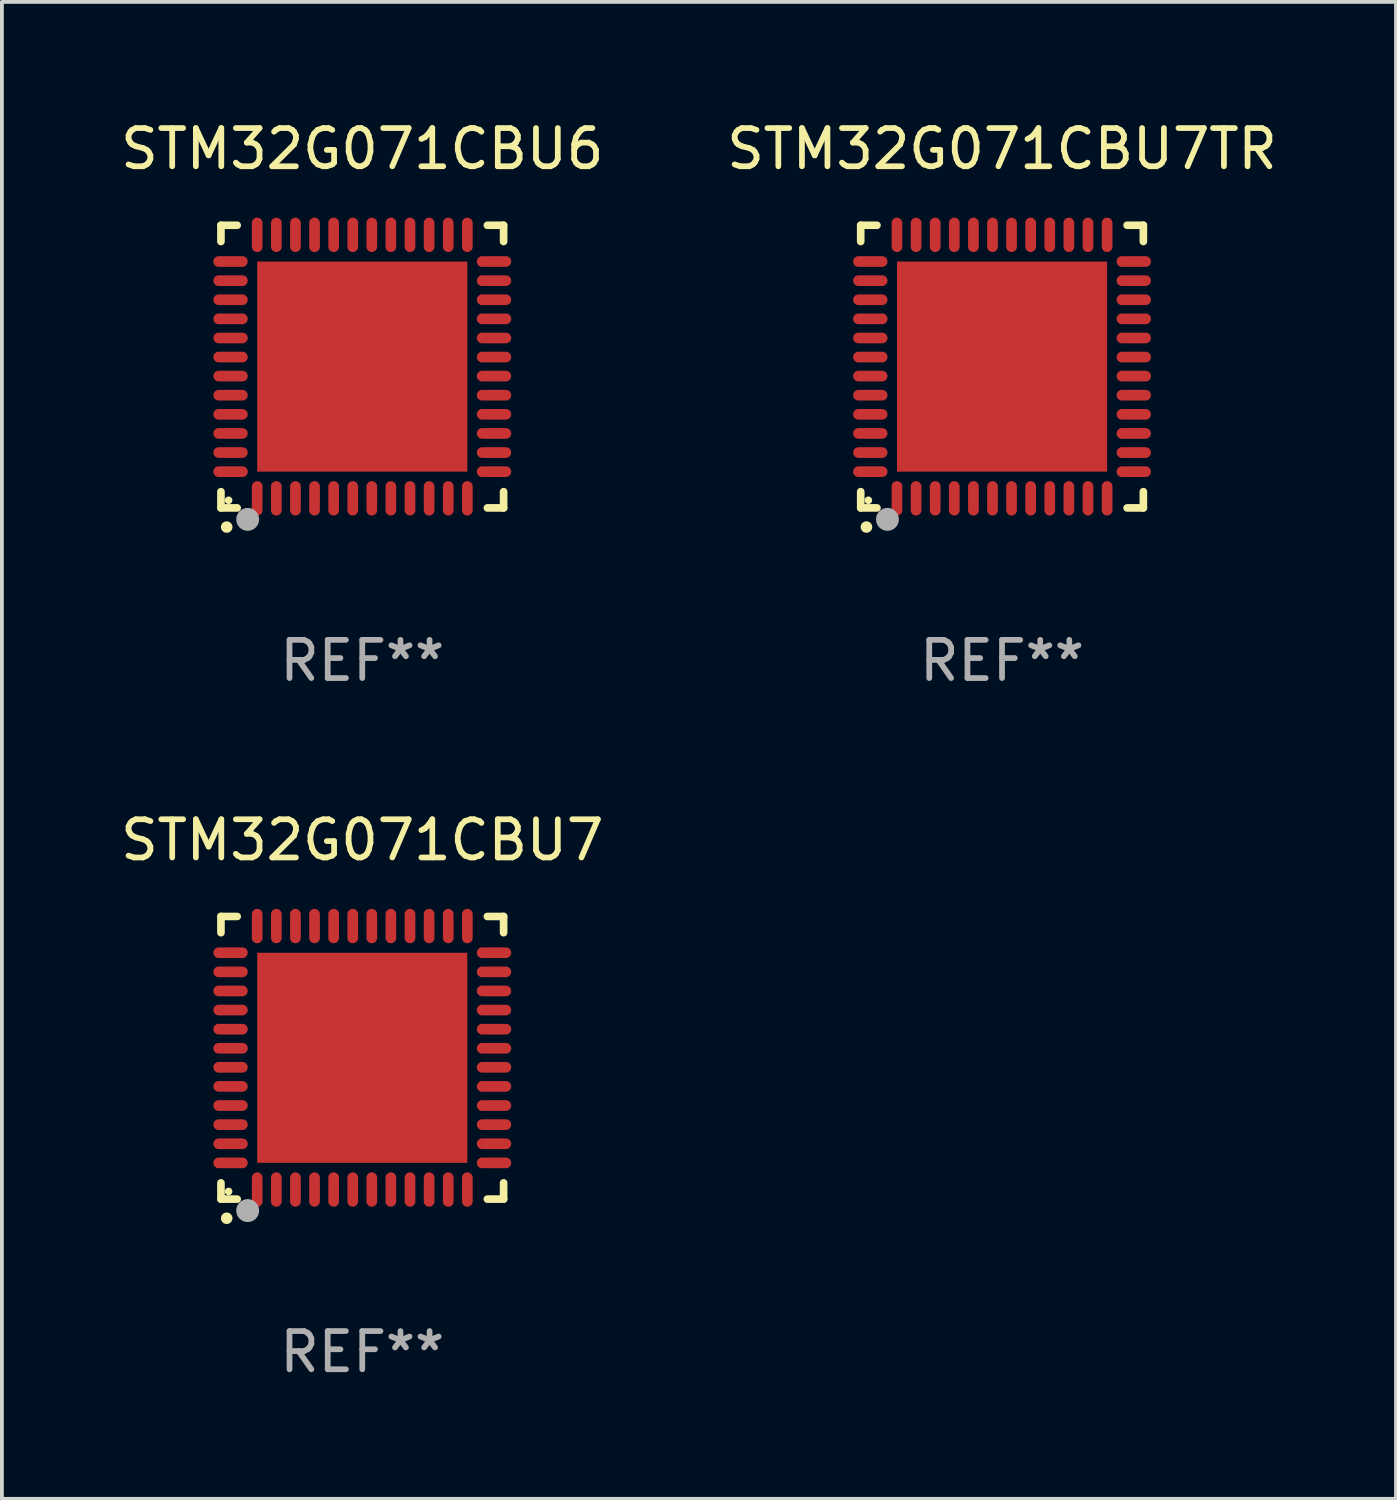
<source format=kicad_pcb>
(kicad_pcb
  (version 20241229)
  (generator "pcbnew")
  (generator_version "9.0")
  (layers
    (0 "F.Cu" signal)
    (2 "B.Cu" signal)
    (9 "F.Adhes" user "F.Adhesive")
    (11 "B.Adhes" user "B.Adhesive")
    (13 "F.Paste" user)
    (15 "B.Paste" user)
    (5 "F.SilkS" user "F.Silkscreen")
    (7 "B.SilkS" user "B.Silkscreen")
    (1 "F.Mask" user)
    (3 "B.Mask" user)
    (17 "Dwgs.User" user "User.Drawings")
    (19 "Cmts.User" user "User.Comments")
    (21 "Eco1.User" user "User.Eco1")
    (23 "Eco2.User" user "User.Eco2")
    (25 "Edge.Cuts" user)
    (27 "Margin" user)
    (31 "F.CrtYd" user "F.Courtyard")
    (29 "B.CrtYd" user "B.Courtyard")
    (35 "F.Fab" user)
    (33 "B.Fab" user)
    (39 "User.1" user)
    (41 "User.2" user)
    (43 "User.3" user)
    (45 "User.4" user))
  (footprint "STM32G071CBU6"
    (layer "F.Cu")
    (at 6.435 6.548)
    (property "Reference" "STM32G071CBU6" (at 0 -5.7 0) (layer "F.SilkS") (effects (font (size 1 1) (thickness 0.15))))
    (attr through_hole)
    (fp_line (start -3.7 -3.7) (end -3.275 -3.7) (stroke (width 0.2) (type solid)) (layer "F.SilkS"))
    (fp_line (start -3.7 -3.275) (end -3.7 -3.7) (stroke (width 0.2) (type solid)) (layer "F.SilkS"))
    (fp_line (start -3.7 3.7) (end -3.7 3.275) (stroke (width 0.2) (type solid)) (layer "F.SilkS"))
    (fp_line (start -3.275 3.7) (end -3.7 3.7) (stroke (width 0.2) (type solid)) (layer "F.SilkS"))
    (fp_line (start 3.7 -3.7) (end 3.275 -3.7) (stroke (width 0.2) (type solid)) (layer "F.SilkS"))
    (fp_line (start 3.7 -3.275) (end 3.7 -3.7) (stroke (width 0.2) (type solid)) (layer "F.SilkS"))
    (fp_line (start 3.7 3.275) (end 3.7 3.7) (stroke (width 0.2) (type solid)) (layer "F.SilkS"))
    (fp_line (start 3.7 3.7) (end 3.275 3.7) (stroke (width 0.2) (type solid)) (layer "F.SilkS"))
    (fp_arc (start -3.550927 4.201168) (mid -3.549657 4.201163) (end -3.548387 4.201168) (stroke (width 0.3) (type solid)) (layer "F.SilkS"))
    (fp_circle (center -3.5 3.5) (end -3.45 3.5) (stroke (width 0.1) (type solid)) (fill no) (layer "F.SilkS"))
    (fp_circle (center -3 4) (end -2.85 4) (stroke (width 0.3) (type solid)) (fill no) (layer "F.Fab"))
    (fp_text user "REF**" (at 0 7.7 0) (layer "F.Fab") (effects (font (size 1 1) (thickness 0.15))))
    (pad "1" smd oval (at -2.751 3.449) (size 0.28 0.9) (layers "F.Cu" "F.Mask" "F.Paste"))
    (pad "2" smd oval (at -2.25 3.449) (size 0.28 0.9) (layers "F.Cu" "F.Mask" "F.Paste"))
    (pad "3" smd oval (at -1.75 3.449) (size 0.28 0.9) (layers "F.Cu" "F.Mask" "F.Paste"))
    (pad "4" smd oval (at -1.25 3.449) (size 0.28 0.9) (layers "F.Cu" "F.Mask" "F.Paste"))
    (pad "5" smd oval (at -0.749 3.449) (size 0.28 0.9) (layers "F.Cu" "F.Mask" "F.Paste"))
    (pad "6" smd oval (at -0.249 3.449) (size 0.28 0.9) (layers "F.Cu" "F.Mask" "F.Paste"))
    (pad "7" smd oval (at 0.249 3.449) (size 0.28 0.9) (layers "F.Cu" "F.Mask" "F.Paste"))
    (pad "8" smd oval (at 0.749 3.449) (size 0.28 0.9) (layers "F.Cu" "F.Mask" "F.Paste"))
    (pad "9" smd oval (at 1.25 3.449) (size 0.28 0.9) (layers "F.Cu" "F.Mask" "F.Paste"))
    (pad "10" smd oval (at 1.75 3.449) (size 0.28 0.9) (layers "F.Cu" "F.Mask" "F.Paste"))
    (pad "11" smd oval (at 2.251 3.449) (size 0.28 0.9) (layers "F.Cu" "F.Mask" "F.Paste"))
    (pad "12" smd oval (at 2.751 3.449) (size 0.28 0.9) (layers "F.Cu" "F.Mask" "F.Paste"))
    (pad "13" smd oval (at 3.449 2.751) (size 0.9 0.28) (layers "F.Cu" "F.Mask" "F.Paste"))
    (pad "14" smd oval (at 3.449 2.251) (size 0.9 0.28) (layers "F.Cu" "F.Mask" "F.Paste"))
    (pad "15" smd oval (at 3.449 1.75) (size 0.9 0.28) (layers "F.Cu" "F.Mask" "F.Paste"))
    (pad "16" smd oval (at 3.449 1.25) (size 0.9 0.28) (layers "F.Cu" "F.Mask" "F.Paste"))
    (pad "17" smd oval (at 3.449 0.749) (size 0.9 0.28) (layers "F.Cu" "F.Mask" "F.Paste"))
    (pad "18" smd oval (at 3.449 0.249) (size 0.9 0.28) (layers "F.Cu" "F.Mask" "F.Paste"))
    (pad "19" smd oval (at 3.449 -0.249) (size 0.9 0.28) (layers "F.Cu" "F.Mask" "F.Paste"))
    (pad "20" smd oval (at 3.449 -0.749) (size 0.9 0.28) (layers "F.Cu" "F.Mask" "F.Paste"))
    (pad "21" smd oval (at 3.449 -1.25) (size 0.9 0.28) (layers "F.Cu" "F.Mask" "F.Paste"))
    (pad "22" smd oval (at 3.449 -1.75) (size 0.9 0.28) (layers "F.Cu" "F.Mask" "F.Paste"))
    (pad "23" smd oval (at 3.449 -2.25) (size 0.9 0.28) (layers "F.Cu" "F.Mask" "F.Paste"))
    (pad "24" smd oval (at 3.449 -2.751) (size 0.9 0.28) (layers "F.Cu" "F.Mask" "F.Paste"))
    (pad "25" smd oval (at 2.751 -3.449) (size 0.28 0.9) (layers "F.Cu" "F.Mask" "F.Paste"))
    (pad "26" smd oval (at 2.251 -3.449) (size 0.28 0.9) (layers "F.Cu" "F.Mask" "F.Paste"))
    (pad "27" smd oval (at 1.75 -3.449) (size 0.28 0.9) (layers "F.Cu" "F.Mask" "F.Paste"))
    (pad "28" smd oval (at 1.25 -3.449) (size 0.28 0.9) (layers "F.Cu" "F.Mask" "F.Paste"))
    (pad "29" smd oval (at 0.749 -3.449) (size 0.28 0.9) (layers "F.Cu" "F.Mask" "F.Paste"))
    (pad "30" smd oval (at 0.249 -3.449) (size 0.28 0.9) (layers "F.Cu" "F.Mask" "F.Paste"))
    (pad "31" smd oval (at -0.249 -3.449) (size 0.28 0.9) (layers "F.Cu" "F.Mask" "F.Paste"))
    (pad "32" smd oval (at -0.749 -3.449) (size 0.28 0.9) (layers "F.Cu" "F.Mask" "F.Paste"))
    (pad "33" smd oval (at -1.25 -3.449) (size 0.28 0.9) (layers "F.Cu" "F.Mask" "F.Paste"))
    (pad "34" smd oval (at -1.75 -3.449) (size 0.28 0.9) (layers "F.Cu" "F.Mask" "F.Paste"))
    (pad "35" smd oval (at -2.25 -3.449) (size 0.28 0.9) (layers "F.Cu" "F.Mask" "F.Paste"))
    (pad "36" smd oval (at -2.751 -3.449) (size 0.28 0.9) (layers "F.Cu" "F.Mask" "F.Paste"))
    (pad "37" smd oval (at -3.449 -2.751) (size 0.9 0.28) (layers "F.Cu" "F.Mask" "F.Paste"))
    (pad "38" smd oval (at -3.449 -2.25) (size 0.9 0.28) (layers "F.Cu" "F.Mask" "F.Paste"))
    (pad "39" smd oval (at -3.449 -1.75) (size 0.9 0.28) (layers "F.Cu" "F.Mask" "F.Paste"))
    (pad "40" smd oval (at -3.449 -1.25) (size 0.9 0.28) (layers "F.Cu" "F.Mask" "F.Paste"))
    (pad "41" smd oval (at -3.449 -0.749) (size 0.9 0.28) (layers "F.Cu" "F.Mask" "F.Paste"))
    (pad "42" smd oval (at -3.449 -0.249) (size 0.9 0.28) (layers "F.Cu" "F.Mask" "F.Paste"))
    (pad "43" smd oval (at -3.449 0.249) (size 0.9 0.28) (layers "F.Cu" "F.Mask" "F.Paste"))
    (pad "44" smd oval (at -3.449 0.749) (size 0.9 0.28) (layers "F.Cu" "F.Mask" "F.Paste"))
    (pad "45" smd oval (at -3.449 1.25) (size 0.9 0.28) (layers "F.Cu" "F.Mask" "F.Paste"))
    (pad "46" smd oval (at -3.449 1.75) (size 0.9 0.28) (layers "F.Cu" "F.Mask" "F.Paste"))
    (pad "47" smd oval (at -3.449 2.251) (size 0.9 0.28) (layers "F.Cu" "F.Mask" "F.Paste"))
    (pad "48" smd oval (at -3.449 2.751) (size 0.9 0.28) (layers "F.Cu" "F.Mask" "F.Paste"))
    (pad "49" smd rect (at 0.000076 0.000076) (size 5.5 5.5) (layers "F.Cu" "F.Mask" "F.Paste")))
  (footprint "STM32G071CBU7"
    (layer "F.Cu")
    (at 6.435 24.645)
    (property "Reference" "STM32G071CBU7" (at 0 -5.7 0) (layer "F.SilkS") (effects (font (size 1 1) (thickness 0.15))))
    (attr through_hole)
    (fp_line (start -3.7 -3.7) (end -3.275 -3.7) (stroke (width 0.2) (type solid)) (layer "F.SilkS"))
    (fp_line (start -3.7 -3.275) (end -3.7 -3.7) (stroke (width 0.2) (type solid)) (layer "F.SilkS"))
    (fp_line (start -3.7 3.7) (end -3.7 3.275) (stroke (width 0.2) (type solid)) (layer "F.SilkS"))
    (fp_line (start -3.275 3.7) (end -3.7 3.7) (stroke (width 0.2) (type solid)) (layer "F.SilkS"))
    (fp_line (start 3.7 -3.7) (end 3.275 -3.7) (stroke (width 0.2) (type solid)) (layer "F.SilkS"))
    (fp_line (start 3.7 -3.275) (end 3.7 -3.7) (stroke (width 0.2) (type solid)) (layer "F.SilkS"))
    (fp_line (start 3.7 3.275) (end 3.7 3.7) (stroke (width 0.2) (type solid)) (layer "F.SilkS"))
    (fp_line (start 3.7 3.7) (end 3.275 3.7) (stroke (width 0.2) (type solid)) (layer "F.SilkS"))
    (fp_arc (start -3.550927 4.201168) (mid -3.549657 4.201163) (end -3.548387 4.201168) (stroke (width 0.3) (type solid)) (layer "F.SilkS"))
    (fp_circle (center -3.5 3.5) (end -3.45 3.5) (stroke (width 0.1) (type solid)) (fill no) (layer "F.SilkS"))
    (fp_circle (center -3 4) (end -2.85 4) (stroke (width 0.3) (type solid)) (fill no) (layer "F.Fab"))
    (fp_text user "REF**" (at 0 7.7 0) (layer "F.Fab") (effects (font (size 1 1) (thickness 0.15))))
    (pad "1" smd oval (at -2.751 3.449) (size 0.28 0.9) (layers "F.Cu" "F.Mask" "F.Paste"))
    (pad "2" smd oval (at -2.25 3.449) (size 0.28 0.9) (layers "F.Cu" "F.Mask" "F.Paste"))
    (pad "3" smd oval (at -1.75 3.449) (size 0.28 0.9) (layers "F.Cu" "F.Mask" "F.Paste"))
    (pad "4" smd oval (at -1.25 3.449) (size 0.28 0.9) (layers "F.Cu" "F.Mask" "F.Paste"))
    (pad "5" smd oval (at -0.749 3.449) (size 0.28 0.9) (layers "F.Cu" "F.Mask" "F.Paste"))
    (pad "6" smd oval (at -0.249 3.449) (size 0.28 0.9) (layers "F.Cu" "F.Mask" "F.Paste"))
    (pad "7" smd oval (at 0.249 3.449) (size 0.28 0.9) (layers "F.Cu" "F.Mask" "F.Paste"))
    (pad "8" smd oval (at 0.749 3.449) (size 0.28 0.9) (layers "F.Cu" "F.Mask" "F.Paste"))
    (pad "9" smd oval (at 1.25 3.449) (size 0.28 0.9) (layers "F.Cu" "F.Mask" "F.Paste"))
    (pad "10" smd oval (at 1.75 3.449) (size 0.28 0.9) (layers "F.Cu" "F.Mask" "F.Paste"))
    (pad "11" smd oval (at 2.251 3.449) (size 0.28 0.9) (layers "F.Cu" "F.Mask" "F.Paste"))
    (pad "12" smd oval (at 2.751 3.449) (size 0.28 0.9) (layers "F.Cu" "F.Mask" "F.Paste"))
    (pad "13" smd oval (at 3.449 2.751) (size 0.9 0.28) (layers "F.Cu" "F.Mask" "F.Paste"))
    (pad "14" smd oval (at 3.449 2.251) (size 0.9 0.28) (layers "F.Cu" "F.Mask" "F.Paste"))
    (pad "15" smd oval (at 3.449 1.75) (size 0.9 0.28) (layers "F.Cu" "F.Mask" "F.Paste"))
    (pad "16" smd oval (at 3.449 1.25) (size 0.9 0.28) (layers "F.Cu" "F.Mask" "F.Paste"))
    (pad "17" smd oval (at 3.449 0.749) (size 0.9 0.28) (layers "F.Cu" "F.Mask" "F.Paste"))
    (pad "18" smd oval (at 3.449 0.249) (size 0.9 0.28) (layers "F.Cu" "F.Mask" "F.Paste"))
    (pad "19" smd oval (at 3.449 -0.249) (size 0.9 0.28) (layers "F.Cu" "F.Mask" "F.Paste"))
    (pad "20" smd oval (at 3.449 -0.749) (size 0.9 0.28) (layers "F.Cu" "F.Mask" "F.Paste"))
    (pad "21" smd oval (at 3.449 -1.25) (size 0.9 0.28) (layers "F.Cu" "F.Mask" "F.Paste"))
    (pad "22" smd oval (at 3.449 -1.75) (size 0.9 0.28) (layers "F.Cu" "F.Mask" "F.Paste"))
    (pad "23" smd oval (at 3.449 -2.25) (size 0.9 0.28) (layers "F.Cu" "F.Mask" "F.Paste"))
    (pad "24" smd oval (at 3.449 -2.751) (size 0.9 0.28) (layers "F.Cu" "F.Mask" "F.Paste"))
    (pad "25" smd oval (at 2.751 -3.449) (size 0.28 0.9) (layers "F.Cu" "F.Mask" "F.Paste"))
    (pad "26" smd oval (at 2.251 -3.449) (size 0.28 0.9) (layers "F.Cu" "F.Mask" "F.Paste"))
    (pad "27" smd oval (at 1.75 -3.449) (size 0.28 0.9) (layers "F.Cu" "F.Mask" "F.Paste"))
    (pad "28" smd oval (at 1.25 -3.449) (size 0.28 0.9) (layers "F.Cu" "F.Mask" "F.Paste"))
    (pad "29" smd oval (at 0.749 -3.449) (size 0.28 0.9) (layers "F.Cu" "F.Mask" "F.Paste"))
    (pad "30" smd oval (at 0.249 -3.449) (size 0.28 0.9) (layers "F.Cu" "F.Mask" "F.Paste"))
    (pad "31" smd oval (at -0.249 -3.449) (size 0.28 0.9) (layers "F.Cu" "F.Mask" "F.Paste"))
    (pad "32" smd oval (at -0.749 -3.449) (size 0.28 0.9) (layers "F.Cu" "F.Mask" "F.Paste"))
    (pad "33" smd oval (at -1.25 -3.449) (size 0.28 0.9) (layers "F.Cu" "F.Mask" "F.Paste"))
    (pad "34" smd oval (at -1.75 -3.449) (size 0.28 0.9) (layers "F.Cu" "F.Mask" "F.Paste"))
    (pad "35" smd oval (at -2.25 -3.449) (size 0.28 0.9) (layers "F.Cu" "F.Mask" "F.Paste"))
    (pad "36" smd oval (at -2.751 -3.449) (size 0.28 0.9) (layers "F.Cu" "F.Mask" "F.Paste"))
    (pad "37" smd oval (at -3.449 -2.751) (size 0.9 0.28) (layers "F.Cu" "F.Mask" "F.Paste"))
    (pad "38" smd oval (at -3.449 -2.25) (size 0.9 0.28) (layers "F.Cu" "F.Mask" "F.Paste"))
    (pad "39" smd oval (at -3.449 -1.75) (size 0.9 0.28) (layers "F.Cu" "F.Mask" "F.Paste"))
    (pad "40" smd oval (at -3.449 -1.25) (size 0.9 0.28) (layers "F.Cu" "F.Mask" "F.Paste"))
    (pad "41" smd oval (at -3.449 -0.749) (size 0.9 0.28) (layers "F.Cu" "F.Mask" "F.Paste"))
    (pad "42" smd oval (at -3.449 -0.249) (size 0.9 0.28) (layers "F.Cu" "F.Mask" "F.Paste"))
    (pad "43" smd oval (at -3.449 0.249) (size 0.9 0.28) (layers "F.Cu" "F.Mask" "F.Paste"))
    (pad "44" smd oval (at -3.449 0.749) (size 0.9 0.28) (layers "F.Cu" "F.Mask" "F.Paste"))
    (pad "45" smd oval (at -3.449 1.25) (size 0.9 0.28) (layers "F.Cu" "F.Mask" "F.Paste"))
    (pad "46" smd oval (at -3.449 1.75) (size 0.9 0.28) (layers "F.Cu" "F.Mask" "F.Paste"))
    (pad "47" smd oval (at -3.449 2.251) (size 0.9 0.28) (layers "F.Cu" "F.Mask" "F.Paste"))
    (pad "48" smd oval (at -3.449 2.751) (size 0.9 0.28) (layers "F.Cu" "F.Mask" "F.Paste"))
    (pad "49" smd rect (at 0.000076 0.000076) (size 5.5 5.5) (layers "F.Cu" "F.Mask" "F.Paste")))
  (footprint "STM32G071CBU7TR"
    (layer "F.Cu")
    (at 23.185 6.548)
    (property "Reference" "STM32G071CBU7TR" (at 0 -5.7 0) (layer "F.SilkS") (effects (font (size 1 1) (thickness 0.15))))
    (attr through_hole)
    (fp_line (start -3.7 -3.7) (end -3.275 -3.7) (stroke (width 0.2) (type solid)) (layer "F.SilkS"))
    (fp_line (start -3.7 -3.275) (end -3.7 -3.7) (stroke (width 0.2) (type solid)) (layer "F.SilkS"))
    (fp_line (start -3.7 3.7) (end -3.7 3.275) (stroke (width 0.2) (type solid)) (layer "F.SilkS"))
    (fp_line (start -3.275 3.7) (end -3.7 3.7) (stroke (width 0.2) (type solid)) (layer "F.SilkS"))
    (fp_line (start 3.7 -3.7) (end 3.275 -3.7) (stroke (width 0.2) (type solid)) (layer "F.SilkS"))
    (fp_line (start 3.7 -3.275) (end 3.7 -3.7) (stroke (width 0.2) (type solid)) (layer "F.SilkS"))
    (fp_line (start 3.7 3.275) (end 3.7 3.7) (stroke (width 0.2) (type solid)) (layer "F.SilkS"))
    (fp_line (start 3.7 3.7) (end 3.275 3.7) (stroke (width 0.2) (type solid)) (layer "F.SilkS"))
    (fp_arc (start -3.550927 4.201168) (mid -3.549657 4.201163) (end -3.548387 4.201168) (stroke (width 0.3) (type solid)) (layer "F.SilkS"))
    (fp_circle (center -3.5 3.5) (end -3.45 3.5) (stroke (width 0.1) (type solid)) (fill no) (layer "F.SilkS"))
    (fp_circle (center -3 4) (end -2.85 4) (stroke (width 0.3) (type solid)) (fill no) (layer "F.Fab"))
    (fp_text user "REF**" (at 0 7.7 0) (layer "F.Fab") (effects (font (size 1 1) (thickness 0.15))))
    (pad "1" smd oval (at -2.751 3.449) (size 0.28 0.9) (layers "F.Cu" "F.Mask" "F.Paste"))
    (pad "2" smd oval (at -2.25 3.449) (size 0.28 0.9) (layers "F.Cu" "F.Mask" "F.Paste"))
    (pad "3" smd oval (at -1.75 3.449) (size 0.28 0.9) (layers "F.Cu" "F.Mask" "F.Paste"))
    (pad "4" smd oval (at -1.25 3.449) (size 0.28 0.9) (layers "F.Cu" "F.Mask" "F.Paste"))
    (pad "5" smd oval (at -0.749 3.449) (size 0.28 0.9) (layers "F.Cu" "F.Mask" "F.Paste"))
    (pad "6" smd oval (at -0.249 3.449) (size 0.28 0.9) (layers "F.Cu" "F.Mask" "F.Paste"))
    (pad "7" smd oval (at 0.249 3.449) (size 0.28 0.9) (layers "F.Cu" "F.Mask" "F.Paste"))
    (pad "8" smd oval (at 0.749 3.449) (size 0.28 0.9) (layers "F.Cu" "F.Mask" "F.Paste"))
    (pad "9" smd oval (at 1.25 3.449) (size 0.28 0.9) (layers "F.Cu" "F.Mask" "F.Paste"))
    (pad "10" smd oval (at 1.75 3.449) (size 0.28 0.9) (layers "F.Cu" "F.Mask" "F.Paste"))
    (pad "11" smd oval (at 2.251 3.449) (size 0.28 0.9) (layers "F.Cu" "F.Mask" "F.Paste"))
    (pad "12" smd oval (at 2.751 3.449) (size 0.28 0.9) (layers "F.Cu" "F.Mask" "F.Paste"))
    (pad "13" smd oval (at 3.449 2.751) (size 0.9 0.28) (layers "F.Cu" "F.Mask" "F.Paste"))
    (pad "14" smd oval (at 3.449 2.251) (size 0.9 0.28) (layers "F.Cu" "F.Mask" "F.Paste"))
    (pad "15" smd oval (at 3.449 1.75) (size 0.9 0.28) (layers "F.Cu" "F.Mask" "F.Paste"))
    (pad "16" smd oval (at 3.449 1.25) (size 0.9 0.28) (layers "F.Cu" "F.Mask" "F.Paste"))
    (pad "17" smd oval (at 3.449 0.749) (size 0.9 0.28) (layers "F.Cu" "F.Mask" "F.Paste"))
    (pad "18" smd oval (at 3.449 0.249) (size 0.9 0.28) (layers "F.Cu" "F.Mask" "F.Paste"))
    (pad "19" smd oval (at 3.449 -0.249) (size 0.9 0.28) (layers "F.Cu" "F.Mask" "F.Paste"))
    (pad "20" smd oval (at 3.449 -0.749) (size 0.9 0.28) (layers "F.Cu" "F.Mask" "F.Paste"))
    (pad "21" smd oval (at 3.449 -1.25) (size 0.9 0.28) (layers "F.Cu" "F.Mask" "F.Paste"))
    (pad "22" smd oval (at 3.449 -1.75) (size 0.9 0.28) (layers "F.Cu" "F.Mask" "F.Paste"))
    (pad "23" smd oval (at 3.449 -2.25) (size 0.9 0.28) (layers "F.Cu" "F.Mask" "F.Paste"))
    (pad "24" smd oval (at 3.449 -2.751) (size 0.9 0.28) (layers "F.Cu" "F.Mask" "F.Paste"))
    (pad "25" smd oval (at 2.751 -3.449) (size 0.28 0.9) (layers "F.Cu" "F.Mask" "F.Paste"))
    (pad "26" smd oval (at 2.251 -3.449) (size 0.28 0.9) (layers "F.Cu" "F.Mask" "F.Paste"))
    (pad "27" smd oval (at 1.75 -3.449) (size 0.28 0.9) (layers "F.Cu" "F.Mask" "F.Paste"))
    (pad "28" smd oval (at 1.25 -3.449) (size 0.28 0.9) (layers "F.Cu" "F.Mask" "F.Paste"))
    (pad "29" smd oval (at 0.749 -3.449) (size 0.28 0.9) (layers "F.Cu" "F.Mask" "F.Paste"))
    (pad "30" smd oval (at 0.249 -3.449) (size 0.28 0.9) (layers "F.Cu" "F.Mask" "F.Paste"))
    (pad "31" smd oval (at -0.249 -3.449) (size 0.28 0.9) (layers "F.Cu" "F.Mask" "F.Paste"))
    (pad "32" smd oval (at -0.749 -3.449) (size 0.28 0.9) (layers "F.Cu" "F.Mask" "F.Paste"))
    (pad "33" smd oval (at -1.25 -3.449) (size 0.28 0.9) (layers "F.Cu" "F.Mask" "F.Paste"))
    (pad "34" smd oval (at -1.75 -3.449) (size 0.28 0.9) (layers "F.Cu" "F.Mask" "F.Paste"))
    (pad "35" smd oval (at -2.25 -3.449) (size 0.28 0.9) (layers "F.Cu" "F.Mask" "F.Paste"))
    (pad "36" smd oval (at -2.751 -3.449) (size 0.28 0.9) (layers "F.Cu" "F.Mask" "F.Paste"))
    (pad "37" smd oval (at -3.449 -2.751) (size 0.9 0.28) (layers "F.Cu" "F.Mask" "F.Paste"))
    (pad "38" smd oval (at -3.449 -2.25) (size 0.9 0.28) (layers "F.Cu" "F.Mask" "F.Paste"))
    (pad "39" smd oval (at -3.449 -1.75) (size 0.9 0.28) (layers "F.Cu" "F.Mask" "F.Paste"))
    (pad "40" smd oval (at -3.449 -1.25) (size 0.9 0.28) (layers "F.Cu" "F.Mask" "F.Paste"))
    (pad "41" smd oval (at -3.449 -0.749) (size 0.9 0.28) (layers "F.Cu" "F.Mask" "F.Paste"))
    (pad "42" smd oval (at -3.449 -0.249) (size 0.9 0.28) (layers "F.Cu" "F.Mask" "F.Paste"))
    (pad "43" smd oval (at -3.449 0.249) (size 0.9 0.28) (layers "F.Cu" "F.Mask" "F.Paste"))
    (pad "44" smd oval (at -3.449 0.749) (size 0.9 0.28) (layers "F.Cu" "F.Mask" "F.Paste"))
    (pad "45" smd oval (at -3.449 1.25) (size 0.9 0.28) (layers "F.Cu" "F.Mask" "F.Paste"))
    (pad "46" smd oval (at -3.449 1.75) (size 0.9 0.28) (layers "F.Cu" "F.Mask" "F.Paste"))
    (pad "47" smd oval (at -3.449 2.251) (size 0.9 0.28) (layers "F.Cu" "F.Mask" "F.Paste"))
    (pad "48" smd oval (at -3.449 2.751) (size 0.9 0.28) (layers "F.Cu" "F.Mask" "F.Paste"))
    (pad "49" smd rect (at 0.000076 0.000076) (size 5.5 5.5) (layers "F.Cu" "F.Mask" "F.Paste")))
  (gr_rect
    (start -3 -3)
    (end 33.5 36.193)
    (stroke (width 0.1) (type default))
    (fill no)
    (layer "Edge.Cuts")))
</source>
